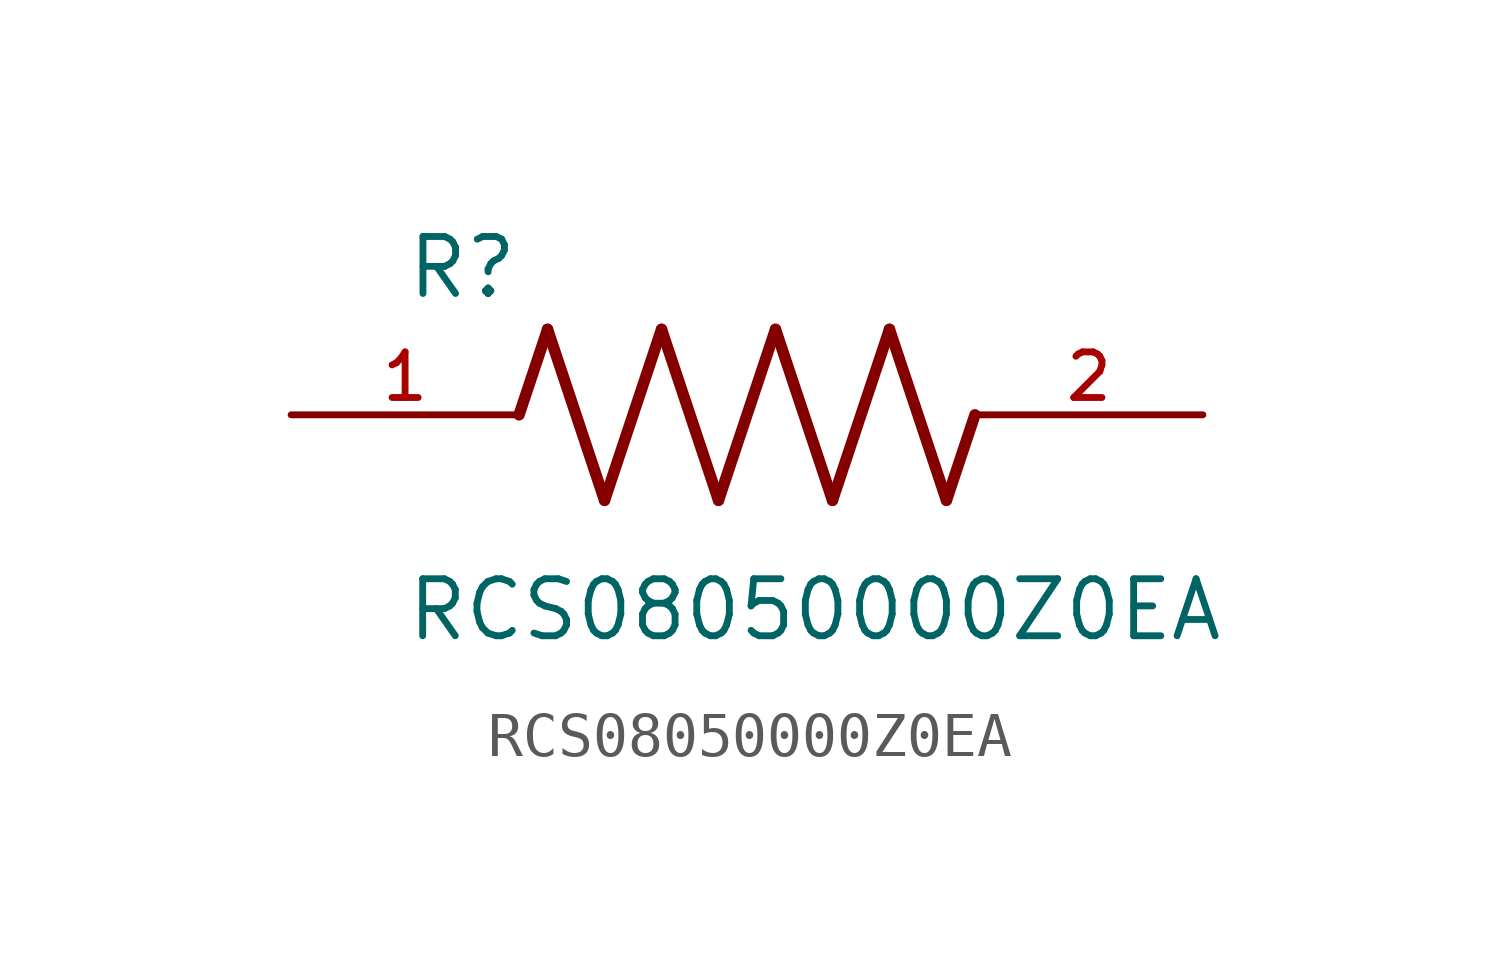
<source format=kicad_sym>
(kicad_symbol_lib
  (version 20211014)
  (generator kicad_symbol_editor)
  (symbol "RCS08050000Z0EA"
    (pin_names
      (offset 1.016))
    (property "Reference" "R"
      (at -7.624 2.541 0)
      (effects (font (size 1.27 1.27)) (justify bottom left)))
    (property "Value" "RCS08050000Z0EA"
      (at -7.63 -5.087 0)
      (effects (font (size 1.27 1.27)) (justify bottom left)))
    (symbol "RCS08050000Z0EA_0_0"
      (polyline (pts (xy -5.08 0.0) (xy -4.445 1.905)) (stroke (width 0.254)))
      (polyline (pts (xy -4.445 1.905) (xy -3.175 -1.905)) (stroke (width 0.254)))
      (polyline (pts (xy -3.175 -1.905) (xy -1.905 1.905)) (stroke (width 0.254)))
      (polyline (pts (xy -1.905 1.905) (xy -0.635 -1.905)) (stroke (width 0.254)))
      (polyline (pts (xy -0.635 -1.905) (xy 0.635 1.905)) (stroke (width 0.254)))
      (polyline (pts (xy 0.635 1.905) (xy 1.905 -1.905)) (stroke (width 0.254)))
      (polyline (pts (xy 1.905 -1.905) (xy 3.175 1.905)) (stroke (width 0.254)))
      (polyline (pts (xy 3.175 1.905) (xy 4.445 -1.905)) (stroke (width 0.254)))
      (polyline (pts (xy 4.445 -1.905) (xy 5.08 0.0)) (stroke (width 0.254)))
      (pin passive line (at -10.16 0.0 0) (length 5.08) (name "~" (effects (font (size 1.016 1.016)))) (number "1" (effects (font (size 1.016 1.016)))))
      (pin passive line (at 10.16 0.0 180.0) (length 5.08) (name "~" (effects (font (size 1.016 1.016)))) (number "2" (effects (font (size 1.016 1.016))))))))
</source>
